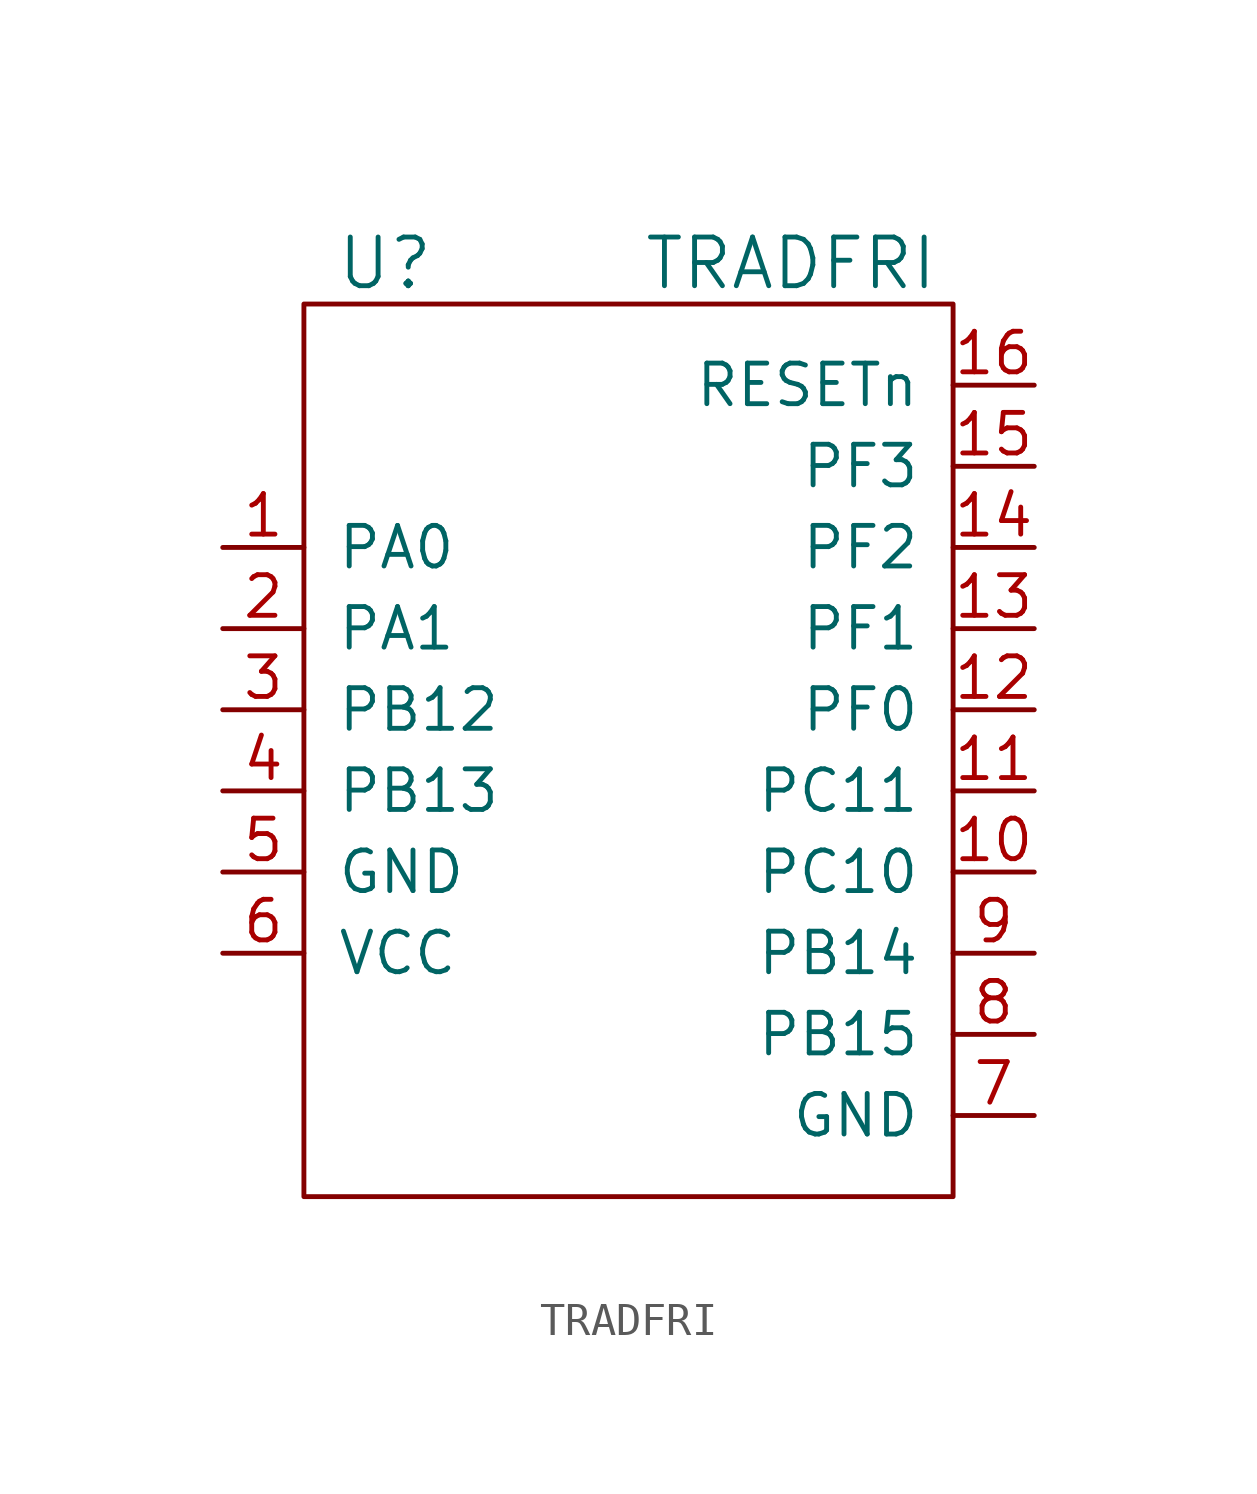
<source format=kicad_sym>
(kicad_symbol_lib
  (version 20220914)
  (generator kicad_symbol_editor)
  (symbol "TRADFRI"
    (pin_names
      (offset 1.016))
    (property "Reference" "U"
      (at -12.7 8.89 0)
      (effects (font (size 1.524 1.524))))
    (property "Value" "TRADFRI"
      (at 0 8.89 0)
      (effects (font (size 1.524 1.524))))
    (symbol "TRADFRI_0_1"
      (rectangle (start -15.24 7.62) (end 5.08 -20.32) (stroke (width 0) (type solid)) (fill (type none))))
    (symbol "TRADFRI_1_1"
      (pin passive line (at -17.78 0 0) (length 2.54) (name "PA0" (effects (font (size 1.27 1.27)))) (number "1" (effects (font (size 1.27 1.27)))))
      (pin passive line (at 7.62 -10.16 180) (length 2.54) (name "PC10" (effects (font (size 1.27 1.27)))) (number "10" (effects (font (size 1.27 1.27)))))
      (pin passive line (at 7.62 -7.62 180) (length 2.54) (name "PC11" (effects (font (size 1.27 1.27)))) (number "11" (effects (font (size 1.27 1.27)))))
      (pin passive line (at 7.62 -5.08 180) (length 2.54) (name "PF0" (effects (font (size 1.27 1.27)))) (number "12" (effects (font (size 1.27 1.27)))))
      (pin passive line (at 7.62 -2.54 180) (length 2.54) (name "PF1" (effects (font (size 1.27 1.27)))) (number "13" (effects (font (size 1.27 1.27)))))
      (pin passive line (at 7.62 0 180) (length 2.54) (name "PF2" (effects (font (size 1.27 1.27)))) (number "14" (effects (font (size 1.27 1.27)))))
      (pin passive line (at 7.62 2.54 180) (length 2.54) (name "PF3" (effects (font (size 1.27 1.27)))) (number "15" (effects (font (size 1.27 1.27)))))
      (pin passive line (at 7.62 5.08 180) (length 2.54) (name "RESETn" (effects (font (size 1.27 1.27)))) (number "16" (effects (font (size 1.27 1.27)))))
      (pin passive line (at -17.78 -2.54 0) (length 2.54) (name "PA1" (effects (font (size 1.27 1.27)))) (number "2" (effects (font (size 1.27 1.27)))))
      (pin passive line (at -17.78 -5.08 0) (length 2.54) (name "PB12" (effects (font (size 1.27 1.27)))) (number "3" (effects (font (size 1.27 1.27)))))
      (pin passive line (at -17.78 -7.62 0) (length 2.54) (name "PB13" (effects (font (size 1.27 1.27)))) (number "4" (effects (font (size 1.27 1.27)))))
      (pin power_out line (at -17.78 -10.16 0) (length 2.54) (name "GND" (effects (font (size 1.27 1.27)))) (number "5" (effects (font (size 1.27 1.27)))))
      (pin power_in line (at -17.78 -12.7 0) (length 2.54) (name "VCC" (effects (font (size 1.27 1.27)))) (number "6" (effects (font (size 1.27 1.27)))))
      (pin power_out line (at 7.62 -17.78 180) (length 2.54) (name "GND" (effects (font (size 1.27 1.27)))) (number "7" (effects (font (size 1.27 1.27)))))
      (pin passive line (at 7.62 -15.24 180) (length 2.54) (name "PB15" (effects (font (size 1.27 1.27)))) (number "8" (effects (font (size 1.27 1.27)))))
      (pin passive line (at 7.62 -12.7 180) (length 2.54) (name "PB14" (effects (font (size 1.27 1.27)))) (number "9" (effects (font (size 1.27 1.27))))))))
</source>
